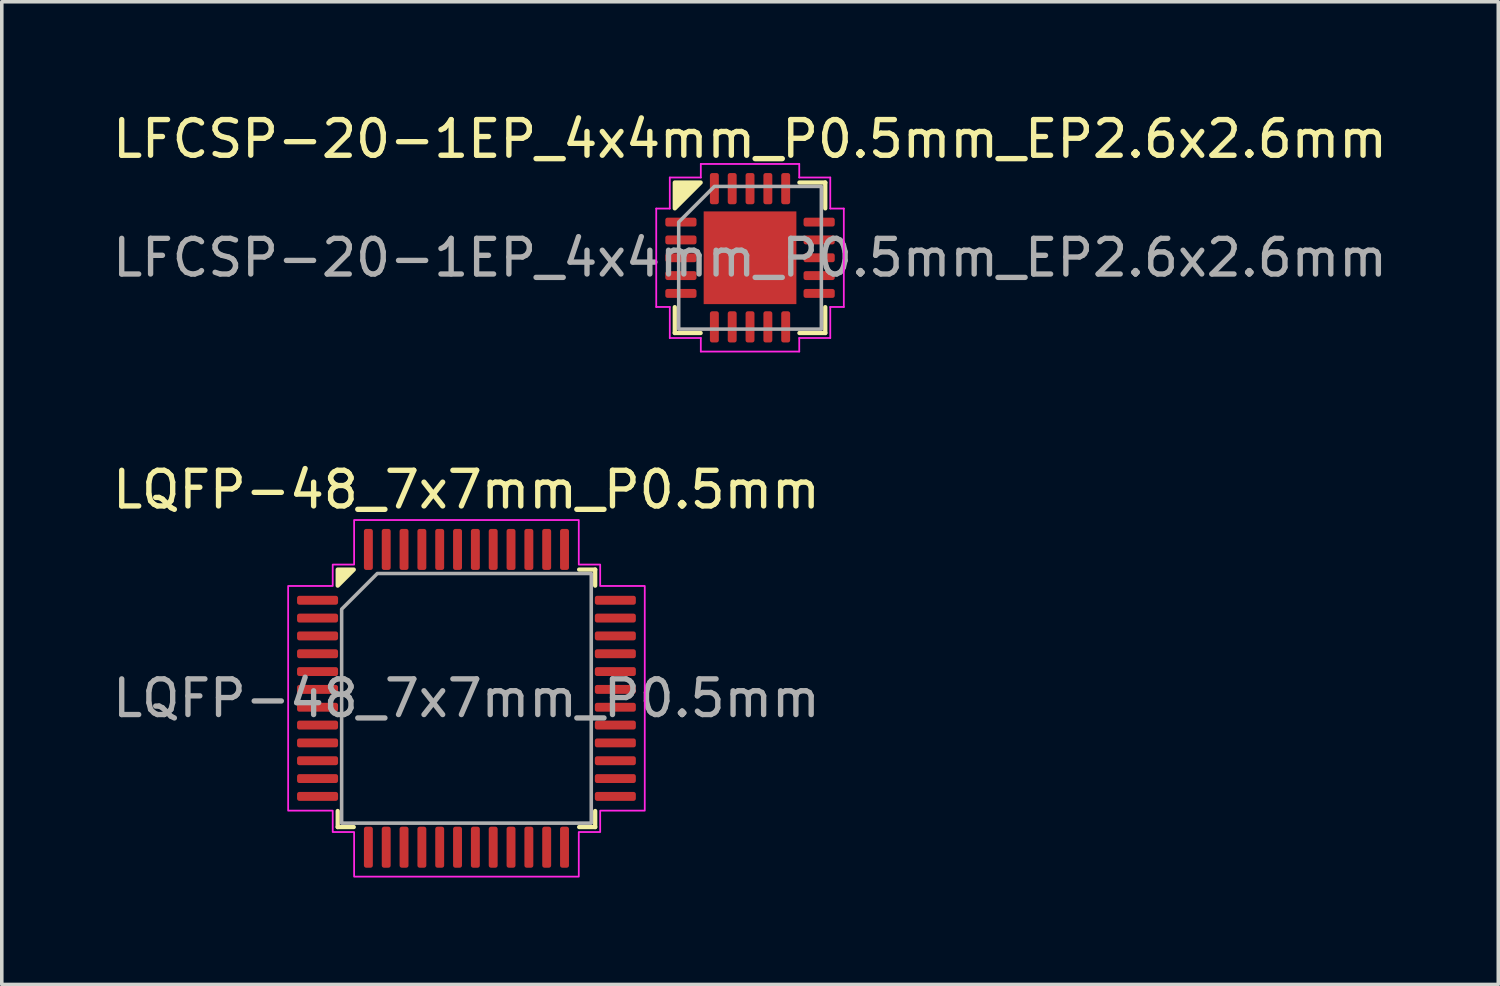
<source format=kicad_pcb>
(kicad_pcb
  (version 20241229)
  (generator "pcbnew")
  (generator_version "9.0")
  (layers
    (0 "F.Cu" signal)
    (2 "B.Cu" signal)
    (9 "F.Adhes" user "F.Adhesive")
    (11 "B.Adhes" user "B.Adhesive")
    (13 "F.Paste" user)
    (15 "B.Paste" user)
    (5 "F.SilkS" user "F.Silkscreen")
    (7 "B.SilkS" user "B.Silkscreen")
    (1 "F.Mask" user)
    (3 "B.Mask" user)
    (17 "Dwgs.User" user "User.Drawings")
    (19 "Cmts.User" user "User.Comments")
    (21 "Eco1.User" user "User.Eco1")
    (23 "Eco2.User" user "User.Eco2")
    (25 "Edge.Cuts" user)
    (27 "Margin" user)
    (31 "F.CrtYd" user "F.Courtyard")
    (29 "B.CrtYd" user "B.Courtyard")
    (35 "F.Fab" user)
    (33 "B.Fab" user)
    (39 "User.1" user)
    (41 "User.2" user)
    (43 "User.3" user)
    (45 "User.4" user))
  (footprint "LQFP-48_7x7mm_P0.5mm"
    (layer "F.Cu")
    (at 10.03 16.532)
    (property "Reference" "LQFP-48_7x7mm_P0.5mm" (at 0 -5.85 0) (layer "F.SilkS") (effects (font (size 1 1) (thickness 0.15))))
    (attr smd)
    (fp_line (start -3.61 3.61) (end -3.61 3.16) (stroke (width 0.12) (type solid)) (layer "F.SilkS"))
    (fp_line (start -3.16 3.61) (end -3.61 3.61) (stroke (width 0.12) (type solid)) (layer "F.SilkS"))
    (fp_line (start 3.16 -3.61) (end 3.61 -3.61) (stroke (width 0.12) (type solid)) (layer "F.SilkS"))
    (fp_line (start 3.61 -3.61) (end 3.61 -3.16) (stroke (width 0.12) (type solid)) (layer "F.SilkS"))
    (fp_line (start 3.61 3.16) (end 3.61 3.61) (stroke (width 0.12) (type solid)) (layer "F.SilkS"))
    (fp_line (start 3.61 3.61) (end 3.16 3.61) (stroke (width 0.12) (type solid)) (layer "F.SilkS"))
    (fp_poly (pts (xy -3.16 -3.61) (xy -3.61 -3.61) (xy -3.61 -3.16)) (stroke (width 0.12) (type solid)) (fill yes) (layer "F.SilkS"))
    (fp_poly (pts (xy -3.15 -5) (xy 3.15 -5) (xy 3.15 -3.75) (xy 3.75 -3.75) (xy 3.75 -3.15) (xy 5 -3.15) (xy 5 3.15) (xy 3.75 3.15) (xy 3.75 3.75) (xy 3.15 3.75) (xy 3.15 5) (xy -3.15 5) (xy -3.15 3.75) (xy -3.75 3.75) (xy -3.75 3.15) (xy -5 3.15) (xy -5 -3.15) (xy -3.75 -3.15) (xy -3.75 -3.75) (xy -3.15 -3.75)) (stroke (width 0.05) (type solid)) (fill no) (layer "F.CrtYd"))
    (fp_poly (pts (xy -2.5 -3.5) (xy 3.5 -3.5) (xy 3.5 3.5) (xy -3.5 3.5) (xy -3.5 -2.5)) (stroke (width 0.1) (type solid)) (fill no) (layer "F.Fab"))
    (fp_text user "${REFERENCE}" (at 0 0 0) (layer "F.Fab") (effects (font (size 1 1) (thickness 0.15))))
    (pad "1" smd roundrect (at -4.175 -2.75) (size 1.15 0.25) (layers "F.Cu" "F.Mask" "F.Paste") (roundrect_rratio 0.25))
    (pad "2" smd roundrect (at -4.175 -2.25) (size 1.15 0.25) (layers "F.Cu" "F.Mask" "F.Paste") (roundrect_rratio 0.25))
    (pad "3" smd roundrect (at -4.175 -1.75) (size 1.15 0.25) (layers "F.Cu" "F.Mask" "F.Paste") (roundrect_rratio 0.25))
    (pad "4" smd roundrect (at -4.175 -1.25) (size 1.15 0.25) (layers "F.Cu" "F.Mask" "F.Paste") (roundrect_rratio 0.25))
    (pad "5" smd roundrect (at -4.175 -0.75) (size 1.15 0.25) (layers "F.Cu" "F.Mask" "F.Paste") (roundrect_rratio 0.25))
    (pad "6" smd roundrect (at -4.175 -0.25) (size 1.15 0.25) (layers "F.Cu" "F.Mask" "F.Paste") (roundrect_rratio 0.25))
    (pad "7" smd roundrect (at -4.175 0.25) (size 1.15 0.25) (layers "F.Cu" "F.Mask" "F.Paste") (roundrect_rratio 0.25))
    (pad "8" smd roundrect (at -4.175 0.75) (size 1.15 0.25) (layers "F.Cu" "F.Mask" "F.Paste") (roundrect_rratio 0.25))
    (pad "9" smd roundrect (at -4.175 1.25) (size 1.15 0.25) (layers "F.Cu" "F.Mask" "F.Paste") (roundrect_rratio 0.25))
    (pad "10" smd roundrect (at -4.175 1.75) (size 1.15 0.25) (layers "F.Cu" "F.Mask" "F.Paste") (roundrect_rratio 0.25))
    (pad "11" smd roundrect (at -4.175 2.25) (size 1.15 0.25) (layers "F.Cu" "F.Mask" "F.Paste") (roundrect_rratio 0.25))
    (pad "12" smd roundrect (at -4.175 2.75) (size 1.15 0.25) (layers "F.Cu" "F.Mask" "F.Paste") (roundrect_rratio 0.25))
    (pad "13" smd roundrect (at -2.75 4.175) (size 0.25 1.15) (layers "F.Cu" "F.Mask" "F.Paste") (roundrect_rratio 0.25))
    (pad "14" smd roundrect (at -2.25 4.175) (size 0.25 1.15) (layers "F.Cu" "F.Mask" "F.Paste") (roundrect_rratio 0.25))
    (pad "15" smd roundrect (at -1.75 4.175) (size 0.25 1.15) (layers "F.Cu" "F.Mask" "F.Paste") (roundrect_rratio 0.25))
    (pad "16" smd roundrect (at -1.25 4.175) (size 0.25 1.15) (layers "F.Cu" "F.Mask" "F.Paste") (roundrect_rratio 0.25))
    (pad "17" smd roundrect (at -0.75 4.175) (size 0.25 1.15) (layers "F.Cu" "F.Mask" "F.Paste") (roundrect_rratio 0.25))
    (pad "18" smd roundrect (at -0.25 4.175) (size 0.25 1.15) (layers "F.Cu" "F.Mask" "F.Paste") (roundrect_rratio 0.25))
    (pad "19" smd roundrect (at 0.25 4.175) (size 0.25 1.15) (layers "F.Cu" "F.Mask" "F.Paste") (roundrect_rratio 0.25))
    (pad "20" smd roundrect (at 0.75 4.175) (size 0.25 1.15) (layers "F.Cu" "F.Mask" "F.Paste") (roundrect_rratio 0.25))
    (pad "21" smd roundrect (at 1.25 4.175) (size 0.25 1.15) (layers "F.Cu" "F.Mask" "F.Paste") (roundrect_rratio 0.25))
    (pad "22" smd roundrect (at 1.75 4.175) (size 0.25 1.15) (layers "F.Cu" "F.Mask" "F.Paste") (roundrect_rratio 0.25))
    (pad "23" smd roundrect (at 2.25 4.175) (size 0.25 1.15) (layers "F.Cu" "F.Mask" "F.Paste") (roundrect_rratio 0.25))
    (pad "24" smd roundrect (at 2.75 4.175) (size 0.25 1.15) (layers "F.Cu" "F.Mask" "F.Paste") (roundrect_rratio 0.25))
    (pad "25" smd roundrect (at 4.175 2.75) (size 1.15 0.25) (layers "F.Cu" "F.Mask" "F.Paste") (roundrect_rratio 0.25))
    (pad "26" smd roundrect (at 4.175 2.25) (size 1.15 0.25) (layers "F.Cu" "F.Mask" "F.Paste") (roundrect_rratio 0.25))
    (pad "27" smd roundrect (at 4.175 1.75) (size 1.15 0.25) (layers "F.Cu" "F.Mask" "F.Paste") (roundrect_rratio 0.25))
    (pad "28" smd roundrect (at 4.175 1.25) (size 1.15 0.25) (layers "F.Cu" "F.Mask" "F.Paste") (roundrect_rratio 0.25))
    (pad "29" smd roundrect (at 4.175 0.75) (size 1.15 0.25) (layers "F.Cu" "F.Mask" "F.Paste") (roundrect_rratio 0.25))
    (pad "30" smd roundrect (at 4.175 0.25) (size 1.15 0.25) (layers "F.Cu" "F.Mask" "F.Paste") (roundrect_rratio 0.25))
    (pad "31" smd roundrect (at 4.175 -0.25) (size 1.15 0.25) (layers "F.Cu" "F.Mask" "F.Paste") (roundrect_rratio 0.25))
    (pad "32" smd roundrect (at 4.175 -0.75) (size 1.15 0.25) (layers "F.Cu" "F.Mask" "F.Paste") (roundrect_rratio 0.25))
    (pad "33" smd roundrect (at 4.175 -1.25) (size 1.15 0.25) (layers "F.Cu" "F.Mask" "F.Paste") (roundrect_rratio 0.25))
    (pad "34" smd roundrect (at 4.175 -1.75) (size 1.15 0.25) (layers "F.Cu" "F.Mask" "F.Paste") (roundrect_rratio 0.25))
    (pad "35" smd roundrect (at 4.175 -2.25) (size 1.15 0.25) (layers "F.Cu" "F.Mask" "F.Paste") (roundrect_rratio 0.25))
    (pad "36" smd roundrect (at 4.175 -2.75) (size 1.15 0.25) (layers "F.Cu" "F.Mask" "F.Paste") (roundrect_rratio 0.25))
    (pad "37" smd roundrect (at 2.75 -4.175) (size 0.25 1.15) (layers "F.Cu" "F.Mask" "F.Paste") (roundrect_rratio 0.25))
    (pad "38" smd roundrect (at 2.25 -4.175) (size 0.25 1.15) (layers "F.Cu" "F.Mask" "F.Paste") (roundrect_rratio 0.25))
    (pad "39" smd roundrect (at 1.75 -4.175) (size 0.25 1.15) (layers "F.Cu" "F.Mask" "F.Paste") (roundrect_rratio 0.25))
    (pad "40" smd roundrect (at 1.25 -4.175) (size 0.25 1.15) (layers "F.Cu" "F.Mask" "F.Paste") (roundrect_rratio 0.25))
    (pad "41" smd roundrect (at 0.75 -4.175) (size 0.25 1.15) (layers "F.Cu" "F.Mask" "F.Paste") (roundrect_rratio 0.25))
    (pad "42" smd roundrect (at 0.25 -4.175) (size 0.25 1.15) (layers "F.Cu" "F.Mask" "F.Paste") (roundrect_rratio 0.25))
    (pad "43" smd roundrect (at -0.25 -4.175) (size 0.25 1.15) (layers "F.Cu" "F.Mask" "F.Paste") (roundrect_rratio 0.25))
    (pad "44" smd roundrect (at -0.75 -4.175) (size 0.25 1.15) (layers "F.Cu" "F.Mask" "F.Paste") (roundrect_rratio 0.25))
    (pad "45" smd roundrect (at -1.25 -4.175) (size 0.25 1.15) (layers "F.Cu" "F.Mask" "F.Paste") (roundrect_rratio 0.25))
    (pad "46" smd roundrect (at -1.75 -4.175) (size 0.25 1.15) (layers "F.Cu" "F.Mask" "F.Paste") (roundrect_rratio 0.25))
    (pad "47" smd roundrect (at -2.25 -4.175) (size 0.25 1.15) (layers "F.Cu" "F.Mask" "F.Paste") (roundrect_rratio 0.25))
    (pad "48" smd roundrect (at -2.75 -4.175) (size 0.25 1.15) (layers "F.Cu" "F.Mask" "F.Paste") (roundrect_rratio 0.25)))
  (footprint "LFCSP-20-1EP_4x4mm_P0.5mm_EP2.6x2.6mm"
    (layer "F.Cu")
    (at 17.982 4.178)
    (property "Reference" "LFCSP-20-1EP_4x4mm_P0.5mm_EP2.6x2.6mm" (at 0 -3.33 0) (layer "F.SilkS") (effects (font (size 1 1) (thickness 0.15))))
    (attr smd)
    (fp_line (start -2.11 2.11) (end -2.11 1.385) (stroke (width 0.12) (type solid)) (layer "F.SilkS"))
    (fp_line (start -1.385 2.11) (end -2.11 2.11) (stroke (width 0.12) (type solid)) (layer "F.SilkS"))
    (fp_line (start 1.385 -2.11) (end 2.11 -2.11) (stroke (width 0.12) (type solid)) (layer "F.SilkS"))
    (fp_line (start 2.11 -2.11) (end 2.11 -1.385) (stroke (width 0.12) (type solid)) (layer "F.SilkS"))
    (fp_line (start 2.11 1.385) (end 2.11 2.11) (stroke (width 0.12) (type solid)) (layer "F.SilkS"))
    (fp_line (start 2.11 2.11) (end 1.385 2.11) (stroke (width 0.12) (type solid)) (layer "F.SilkS"))
    (fp_poly (pts (xy -1.385 -2.11) (xy -2.11 -1.385) (xy -2.11 -2.11)) (stroke (width 0.12) (type solid)) (fill yes) (layer "F.SilkS"))
    (fp_line (start -2.63 -1.38) (end -2.25 -1.38) (stroke (width 0.05) (type solid)) (layer "F.CrtYd"))
    (fp_line (start -2.63 1.38) (end -2.63 -1.38) (stroke (width 0.05) (type solid)) (layer "F.CrtYd"))
    (fp_line (start -2.25 -2.25) (end -1.38 -2.25) (stroke (width 0.05) (type solid)) (layer "F.CrtYd"))
    (fp_line (start -2.25 -1.38) (end -2.25 -2.25) (stroke (width 0.05) (type solid)) (layer "F.CrtYd"))
    (fp_line (start -2.25 1.38) (end -2.63 1.38) (stroke (width 0.05) (type solid)) (layer "F.CrtYd"))
    (fp_line (start -2.25 2.25) (end -2.25 1.38) (stroke (width 0.05) (type solid)) (layer "F.CrtYd"))
    (fp_line (start -1.38 -2.63) (end 1.38 -2.63) (stroke (width 0.05) (type solid)) (layer "F.CrtYd"))
    (fp_line (start -1.38 -2.25) (end -1.38 -2.63) (stroke (width 0.05) (type solid)) (layer "F.CrtYd"))
    (fp_line (start -1.38 2.25) (end -2.25 2.25) (stroke (width 0.05) (type solid)) (layer "F.CrtYd"))
    (fp_line (start -1.38 2.63) (end -1.38 2.25) (stroke (width 0.05) (type solid)) (layer "F.CrtYd"))
    (fp_line (start 1.38 -2.63) (end 1.38 -2.25) (stroke (width 0.05) (type solid)) (layer "F.CrtYd"))
    (fp_line (start 1.38 -2.25) (end 2.25 -2.25) (stroke (width 0.05) (type solid)) (layer "F.CrtYd"))
    (fp_line (start 1.38 2.25) (end 1.38 2.63) (stroke (width 0.05) (type solid)) (layer "F.CrtYd"))
    (fp_line (start 1.38 2.63) (end -1.38 2.63) (stroke (width 0.05) (type solid)) (layer "F.CrtYd"))
    (fp_line (start 2.25 -2.25) (end 2.25 -1.38) (stroke (width 0.05) (type solid)) (layer "F.CrtYd"))
    (fp_line (start 2.25 -1.38) (end 2.63 -1.38) (stroke (width 0.05) (type solid)) (layer "F.CrtYd"))
    (fp_line (start 2.25 1.38) (end 2.25 2.25) (stroke (width 0.05) (type solid)) (layer "F.CrtYd"))
    (fp_line (start 2.25 2.25) (end 1.38 2.25) (stroke (width 0.05) (type solid)) (layer "F.CrtYd"))
    (fp_line (start 2.63 -1.38) (end 2.63 1.38) (stroke (width 0.05) (type solid)) (layer "F.CrtYd"))
    (fp_line (start 2.63 1.38) (end 2.25 1.38) (stroke (width 0.05) (type solid)) (layer "F.CrtYd"))
    (fp_poly (pts (xy -1 -2) (xy 2 -2) (xy 2 2) (xy -2 2) (xy -2 -1)) (stroke (width 0.1) (type solid)) (fill no) (layer "F.Fab"))
    (fp_text user "${REFERENCE}" (at 0 0 0) (layer "F.Fab") (effects (font (size 1 1) (thickness 0.15))))
    (pad "" smd roundrect (at -0.65 -0.65) (size 1.05 1.05) (layers "F.Paste") (roundrect_rratio 0.238))
    (pad "" smd roundrect (at -0.65 0.65) (size 1.05 1.05) (layers "F.Paste") (roundrect_rratio 0.238))
    (pad "" smd roundrect (at 0.65 -0.65) (size 1.05 1.05) (layers "F.Paste") (roundrect_rratio 0.238))
    (pad "" smd roundrect (at 0.65 0.65) (size 1.05 1.05) (layers "F.Paste") (roundrect_rratio 0.238))
    (pad "1" smd roundrect (at -1.938 -1) (size 0.875 0.25) (layers "F.Cu" "F.Mask" "F.Paste") (roundrect_rratio 0.25))
    (pad "2" smd roundrect (at -1.938 -0.5) (size 0.875 0.25) (layers "F.Cu" "F.Mask" "F.Paste") (roundrect_rratio 0.25))
    (pad "3" smd roundrect (at -1.938 0) (size 0.875 0.25) (layers "F.Cu" "F.Mask" "F.Paste") (roundrect_rratio 0.25))
    (pad "4" smd roundrect (at -1.938 0.5) (size 0.875 0.25) (layers "F.Cu" "F.Mask" "F.Paste") (roundrect_rratio 0.25))
    (pad "5" smd roundrect (at -1.938 1) (size 0.875 0.25) (layers "F.Cu" "F.Mask" "F.Paste") (roundrect_rratio 0.25))
    (pad "6" smd roundrect (at -1 1.938) (size 0.25 0.875) (layers "F.Cu" "F.Mask" "F.Paste") (roundrect_rratio 0.25))
    (pad "7" smd roundrect (at -0.5 1.938) (size 0.25 0.875) (layers "F.Cu" "F.Mask" "F.Paste") (roundrect_rratio 0.25))
    (pad "8" smd roundrect (at 0 1.938) (size 0.25 0.875) (layers "F.Cu" "F.Mask" "F.Paste") (roundrect_rratio 0.25))
    (pad "9" smd roundrect (at 0.5 1.938) (size 0.25 0.875) (layers "F.Cu" "F.Mask" "F.Paste") (roundrect_rratio 0.25))
    (pad "10" smd roundrect (at 1 1.938) (size 0.25 0.875) (layers "F.Cu" "F.Mask" "F.Paste") (roundrect_rratio 0.25))
    (pad "11" smd roundrect (at 1.938 1) (size 0.875 0.25) (layers "F.Cu" "F.Mask" "F.Paste") (roundrect_rratio 0.25))
    (pad "12" smd roundrect (at 1.938 0.5) (size 0.875 0.25) (layers "F.Cu" "F.Mask" "F.Paste") (roundrect_rratio 0.25))
    (pad "13" smd roundrect (at 1.938 0) (size 0.875 0.25) (layers "F.Cu" "F.Mask" "F.Paste") (roundrect_rratio 0.25))
    (pad "14" smd roundrect (at 1.938 -0.5) (size 0.875 0.25) (layers "F.Cu" "F.Mask" "F.Paste") (roundrect_rratio 0.25))
    (pad "15" smd roundrect (at 1.938 -1) (size 0.875 0.25) (layers "F.Cu" "F.Mask" "F.Paste") (roundrect_rratio 0.25))
    (pad "16" smd roundrect (at 1 -1.938) (size 0.25 0.875) (layers "F.Cu" "F.Mask" "F.Paste") (roundrect_rratio 0.25))
    (pad "17" smd roundrect (at 0.5 -1.938) (size 0.25 0.875) (layers "F.Cu" "F.Mask" "F.Paste") (roundrect_rratio 0.25))
    (pad "18" smd roundrect (at 0 -1.938) (size 0.25 0.875) (layers "F.Cu" "F.Mask" "F.Paste") (roundrect_rratio 0.25))
    (pad "19" smd roundrect (at -0.5 -1.938) (size 0.25 0.875) (layers "F.Cu" "F.Mask" "F.Paste") (roundrect_rratio 0.25))
    (pad "20" smd roundrect (at -1 -1.938) (size 0.25 0.875) (layers "F.Cu" "F.Mask" "F.Paste") (roundrect_rratio 0.25))
    (pad "21" smd rect (at 0 0) (size 2.6 2.6) (property pad_prop_heatsink) (layers "F.Cu" "F.Mask")))
  (gr_rect
    (start -3 -3)
    (end 38.964 24.556)
    (stroke (width 0.1) (type default))
    (fill no)
    (layer "Edge.Cuts")))
</source>
